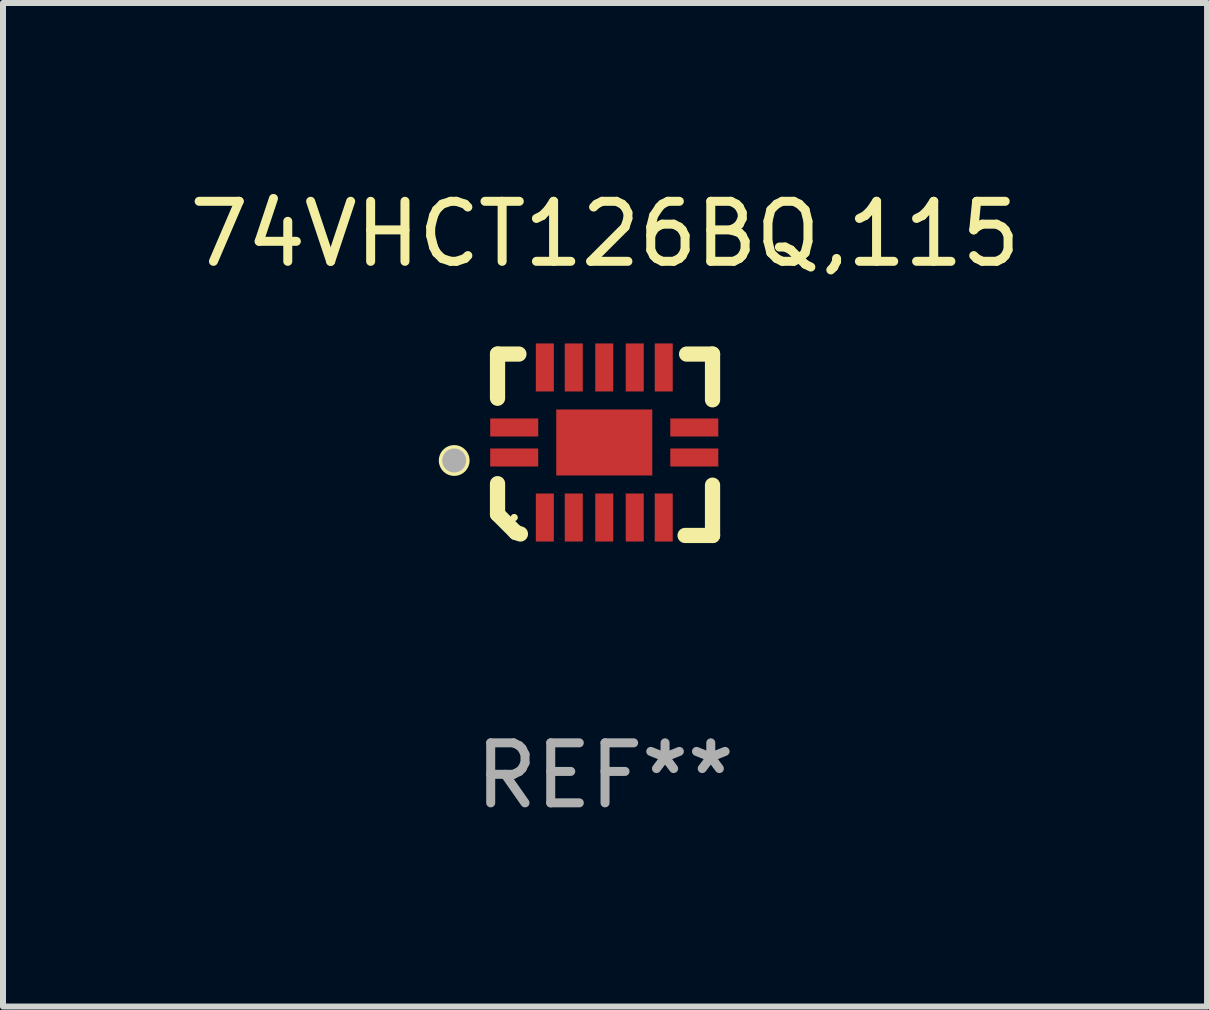
<source format=kicad_pcb>
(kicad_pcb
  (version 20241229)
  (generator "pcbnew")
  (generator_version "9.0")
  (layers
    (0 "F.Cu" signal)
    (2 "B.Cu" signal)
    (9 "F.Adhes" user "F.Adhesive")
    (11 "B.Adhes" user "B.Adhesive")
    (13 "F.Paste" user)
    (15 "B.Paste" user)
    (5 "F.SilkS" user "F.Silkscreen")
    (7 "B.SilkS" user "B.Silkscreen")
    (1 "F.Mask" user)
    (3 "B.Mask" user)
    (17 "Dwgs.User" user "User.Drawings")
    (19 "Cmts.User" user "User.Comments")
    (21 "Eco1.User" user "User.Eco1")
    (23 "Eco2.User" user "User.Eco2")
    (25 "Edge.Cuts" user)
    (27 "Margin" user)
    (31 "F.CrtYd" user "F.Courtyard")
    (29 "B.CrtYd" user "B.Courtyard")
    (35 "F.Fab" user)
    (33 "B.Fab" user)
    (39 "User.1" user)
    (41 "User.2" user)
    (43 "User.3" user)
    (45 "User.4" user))
  (footprint "74VHCT126BQ,115"
    (layer "F.Cu")
    (at 7.03 4.36)
    (property "Reference" "74VHCT126BQ,115" (at 0 -3.511 0) (layer "F.SilkS") (effects (font (size 1 1) (thickness 0.15))))
    (attr through_hole)
    (fp_line (start -1.791 -1.511) (end -1.435 -1.511) (stroke (width 0.254) (type solid)) (layer "F.SilkS"))
    (fp_line (start -1.791 -0.775) (end -1.791 -1.511) (stroke (width 0.254) (type solid)) (layer "F.SilkS"))
    (fp_line (start -1.791 1.156) (end -1.791 0.648) (stroke (width 0.254) (type solid)) (layer "F.SilkS"))
    (fp_line (start -1.486 1.461) (end -1.791 1.156) (stroke (width 0.254) (type solid)) (layer "F.SilkS"))
    (fp_line (start -1.41 1.486) (end -1.486 1.461) (stroke (width 0.254) (type solid)) (layer "F.SilkS"))
    (fp_line (start 1.334 1.511) (end 1.791 1.511) (stroke (width 0.254) (type solid)) (layer "F.SilkS"))
    (fp_line (start 1.791 -1.511) (end 1.359 -1.511) (stroke (width 0.254) (type solid)) (layer "F.SilkS"))
    (fp_line (start 1.791 -0.749) (end 1.791 -1.511) (stroke (width 0.254) (type solid)) (layer "F.SilkS"))
    (fp_line (start 1.791 1.511) (end 1.791 0.673) (stroke (width 0.254) (type solid)) (layer "F.SilkS"))
    (fp_circle (center -2.513 0.262) (end -2.383 0.262) (stroke (width 0.254) (type solid)) (fill no) (layer "F.SilkS"))
    (fp_circle (center -1.513 1.212) (end -1.483 1.212) (stroke (width 0.06) (type solid)) (fill no) (layer "F.SilkS"))
    (fp_circle (center -2.513 0.262) (end -2.413 0.262) (stroke (width 0.2) (type solid)) (fill no) (layer "F.Fab"))
    (fp_text user "REF**" (at 0 5.511 0) (layer "F.Fab") (effects (font (size 1 1) (thickness 0.15))))
    (pad "1" smd rect (at -1.513 0.212) (size 0.8 0.3) (layers "F.Cu" "F.Mask" "F.Paste"))
    (pad "2" smd rect (at -1.003 1.212) (size 0.3 0.8) (layers "F.Cu" "F.Mask" "F.Paste"))
    (pad "3" smd rect (at -0.521 1.212) (size 0.3 0.8) (layers "F.Cu" "F.Mask" "F.Paste"))
    (pad "4" smd rect (at -0.013 1.212) (size 0.3 0.8) (layers "F.Cu" "F.Mask" "F.Paste"))
    (pad "5" smd rect (at 0.495 1.212) (size 0.3 0.8) (layers "F.Cu" "F.Mask" "F.Paste"))
    (pad "6" smd rect (at 0.978 1.212) (size 0.3 0.8) (layers "F.Cu" "F.Mask" "F.Paste"))
    (pad "7" smd rect (at 1.487 0.212) (size 0.8 0.3) (layers "F.Cu" "F.Mask" "F.Paste"))
    (pad "8" smd rect (at 1.487 -0.288) (size 0.8 0.3) (layers "F.Cu" "F.Mask" "F.Paste"))
    (pad "9" smd rect (at 0.978 -1.288) (size 0.3 0.8) (layers "F.Cu" "F.Mask" "F.Paste"))
    (pad "10" smd rect (at 0.495 -1.288) (size 0.3 0.8) (layers "F.Cu" "F.Mask" "F.Paste"))
    (pad "11" smd rect (at -0.013 -1.288) (size 0.3 0.8) (layers "F.Cu" "F.Mask" "F.Paste"))
    (pad "12" smd rect (at -0.521 -1.288) (size 0.3 0.8) (layers "F.Cu" "F.Mask" "F.Paste"))
    (pad "13" smd rect (at -1.003 -1.288) (size 0.3 0.8) (layers "F.Cu" "F.Mask" "F.Paste"))
    (pad "14" smd rect (at -1.513 -0.288) (size 0.8 0.3) (layers "F.Cu" "F.Mask" "F.Paste"))
    (pad "15" smd rect (at -0.013 -0.038 90) (size 1.1 1.6) (layers "F.Cu" "F.Mask" "F.Paste")))
  (gr_rect
    (start -3 -3)
    (end 17.06 13.719)
    (stroke (width 0.1) (type default))
    (fill no)
    (layer "Edge.Cuts")))
</source>
